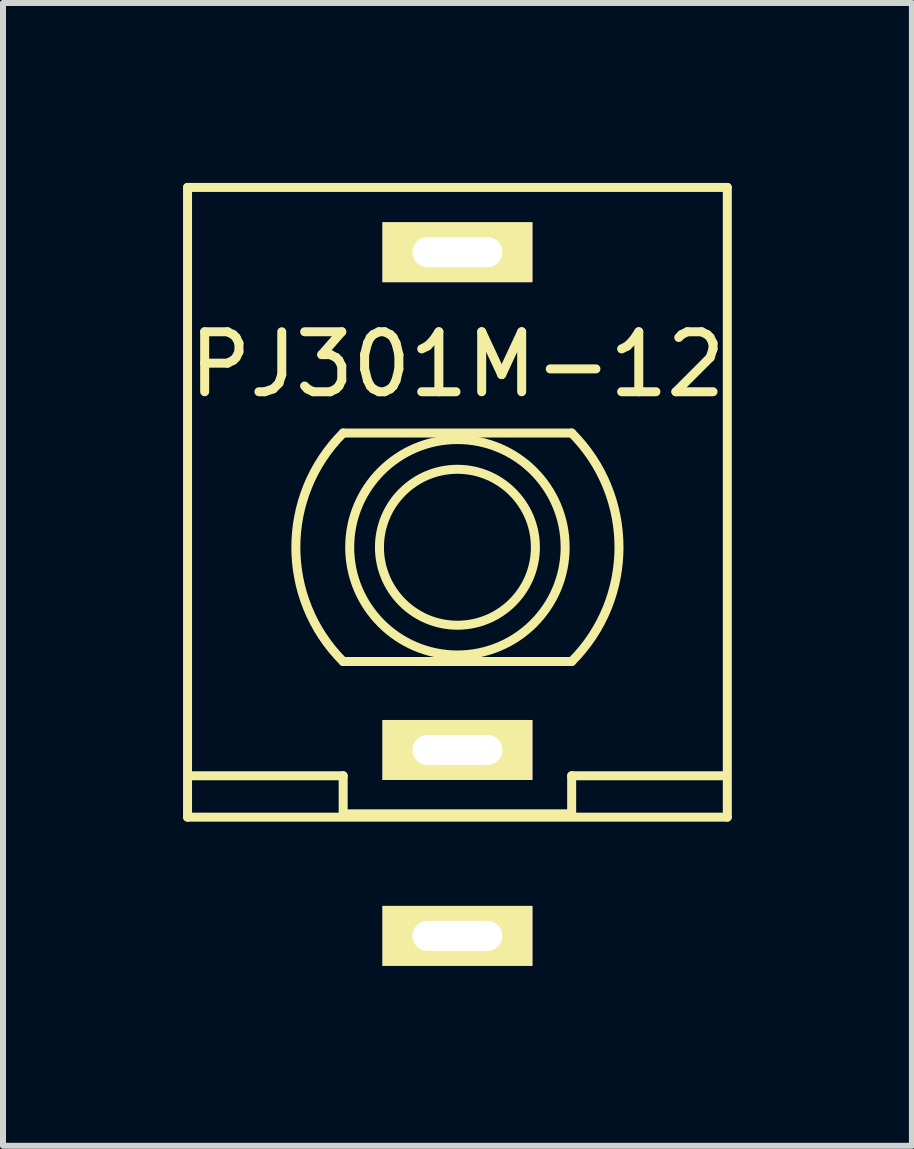
<source format=kicad_pcb>
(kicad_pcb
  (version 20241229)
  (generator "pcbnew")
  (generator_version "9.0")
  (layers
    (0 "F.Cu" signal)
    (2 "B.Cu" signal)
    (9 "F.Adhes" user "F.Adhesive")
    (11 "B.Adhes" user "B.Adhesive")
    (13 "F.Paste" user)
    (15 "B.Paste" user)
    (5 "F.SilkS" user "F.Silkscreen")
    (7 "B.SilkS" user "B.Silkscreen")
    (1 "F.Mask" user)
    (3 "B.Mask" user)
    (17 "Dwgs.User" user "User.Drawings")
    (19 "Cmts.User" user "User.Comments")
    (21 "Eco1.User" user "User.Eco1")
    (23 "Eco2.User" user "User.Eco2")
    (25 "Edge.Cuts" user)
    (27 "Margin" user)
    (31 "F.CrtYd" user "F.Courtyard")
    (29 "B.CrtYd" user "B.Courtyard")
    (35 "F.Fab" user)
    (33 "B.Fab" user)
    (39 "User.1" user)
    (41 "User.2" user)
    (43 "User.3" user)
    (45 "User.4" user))
  (footprint "PJ301M-12"
    (layer "F.Cu")
    (at 4.577 6.075)
    (property "Reference" "PJ301M-12" (at 0 -3.048 0) (layer "F.SilkS") (effects (font (size 1 1) (thickness 0.15))))
    (attr through_hole)
    (fp_line (start -4.5 -6) (end -4.5 4.5) (stroke (width 0.15) (type solid)) (layer "F.SilkS"))
    (fp_line (start -4.5 -6) (end 4.5 -6) (stroke (width 0.15) (type solid)) (layer "F.SilkS"))
    (fp_line (start -4.5 4.5) (end 4.5 4.5) (stroke (width 0.15) (type solid)) (layer "F.SilkS"))
    (fp_line (start -4.445 3.81) (end -1.905 3.81) (stroke (width 0.15) (type solid)) (layer "F.SilkS"))
    (fp_line (start -1.905 -1.905) (end 1.905 -1.905) (stroke (width 0.15) (type solid)) (layer "F.SilkS"))
    (fp_line (start -1.905 3.81) (end -1.905 4.445) (stroke (width 0.15) (type solid)) (layer "F.SilkS"))
    (fp_line (start -1.905 4.445) (end 1.905 4.445) (stroke (width 0.15) (type solid)) (layer "F.SilkS"))
    (fp_line (start 1.905 1.905) (end -1.905 1.905) (stroke (width 0.15) (type solid)) (layer "F.SilkS"))
    (fp_line (start 1.905 3.81) (end 4.445 3.81) (stroke (width 0.15) (type solid)) (layer "F.SilkS"))
    (fp_line (start 1.905 4.445) (end 1.905 3.81) (stroke (width 0.15) (type solid)) (layer "F.SilkS"))
    (fp_line (start 4.5 -6) (end 4.5 4.5) (stroke (width 0.15) (type solid)) (layer "F.SilkS"))
    (fp_arc (start -1.905 1.905) (mid -2.694077 0) (end -1.905 -1.905) (stroke (width 0.15) (type solid)) (layer "F.SilkS"))
    (fp_arc (start 1.905 -1.905) (mid 2.694077 0) (end 1.905 1.905) (stroke (width 0.15) (type solid)) (layer "F.SilkS"))
    (fp_circle (center 0 0) (end 1.27 1.27) (stroke (width 0.15) (type solid)) (fill no) (layer "F.SilkS"))
    (fp_circle (center 0 0) (end 1.3 0) (stroke (width 0.15) (type solid)) (fill no) (layer "F.SilkS"))
    (pad "1" thru_hole rect (at 0 6.48) (size 2.5 1) (drill oval 1.5 0.5) (layers "*.Cu" "*.Mask" "F.SilkS"))
    (pad "2" thru_hole rect (at 0 3.38) (size 2.5 1) (drill oval 1.5 0.5) (layers "*.Cu" "*.Mask" "F.SilkS"))
    (pad "3" thru_hole rect (at 0 -4.92) (size 2.5 1) (drill oval 1.5 0.5) (layers "*.Cu" "*.Mask" "F.SilkS")))
  (gr_rect
    (start -3 -3)
    (end 12.155 16.055)
    (stroke (width 0.1) (type default))
    (fill no)
    (layer "Edge.Cuts")))
</source>
